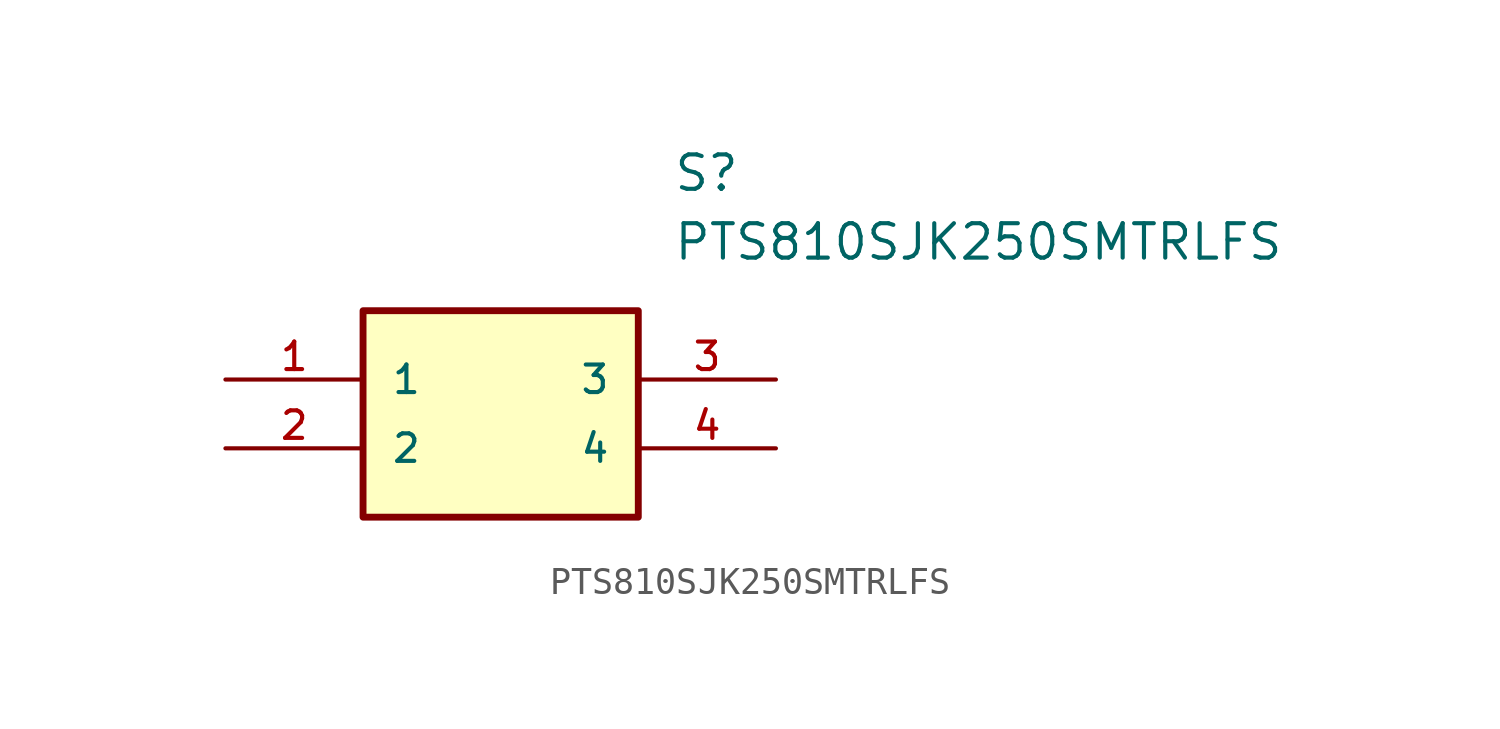
<source format=kicad_sym>
(kicad_symbol_lib
  (version 20231120)
  (generator "kicad_symbol_editor")
  (generator_version "8.0")
  (symbol "PTS810SJK250SMTRLFS"
    (pin_names
      (offset 1.016))
    (property "Reference" "S"
      (at 16.51 7.62 0)
      (effects (font (size 1.27 1.27)) (justify left)))
    (property "Value" "PTS810SJK250SMTRLFS"
      (at 16.51 5.08 0)
      (effects (font (size 1.27 1.27)) (justify left)))
    (symbol "PTS810SJK250SMTRLFS_0_0"
      (rectangle (start 5.08 -5.08) (end 15.24 2.54) (stroke (width 0.254) (type default)) (fill (type background)))
      (pin bidirectional line (at 0 0 0) (length 5.08) (name "1" (effects (font (size 1.016 1.016)))) (number "1" (effects (font (size 1.016 1.016)))))
      (pin bidirectional line (at 0 -2.54 0) (length 5.08) (name "2" (effects (font (size 1.016 1.016)))) (number "2" (effects (font (size 1.016 1.016)))))
      (pin bidirectional line (at 20.32 0 180) (length 5.08) (name "3" (effects (font (size 1.016 1.016)))) (number "3" (effects (font (size 1.016 1.016)))))
      (pin bidirectional line (at 20.32 -2.54 180) (length 5.08) (name "4" (effects (font (size 1.016 1.016)))) (number "4" (effects (font (size 1.016 1.016))))))))
</source>
